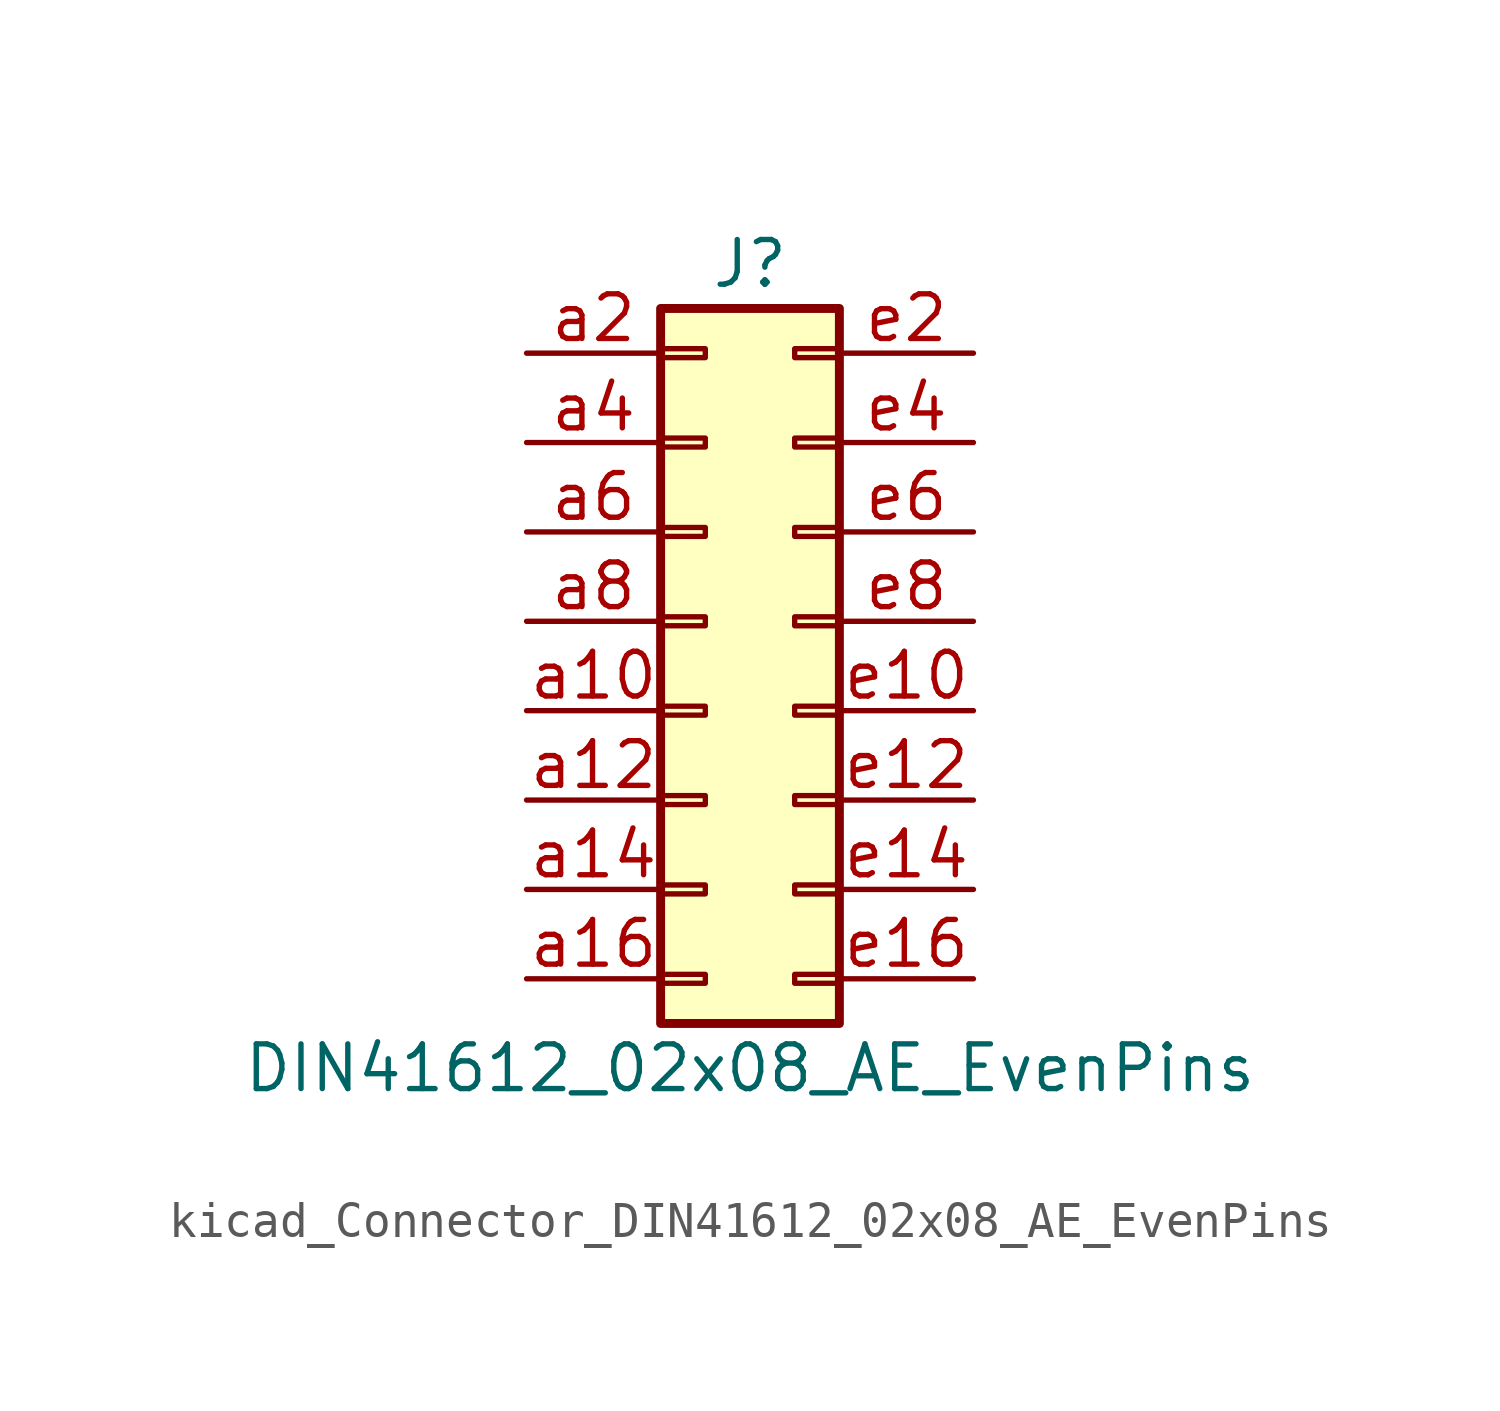
<source format=kicad_sym>
(kicad_symbol_lib
  (version 20220914)
  (generator kicad_symbol_editor)
  (symbol "kicad_Connector_DIN41612_02x08_AE_EvenPins"
    (pin_names
      (offset 1.016) hide)
    (property "Reference" "J"
      (at 1.27 10.16 0)
      (effects (font (size 1.27 1.27))))
    (property "Value" "DIN41612_02x08_AE_EvenPins"
      (at 1.27 -12.7 0)
      (effects (font (size 1.27 1.27))))
    (symbol "kicad_Connector_DIN41612_02x08_AE_EvenPins_1_1"
      (rectangle (start -1.27 -10.033) (end 0 -10.287) (stroke (width 0.152) (type default)) (fill (type none)))
      (rectangle (start -1.27 -7.493) (end 0 -7.747) (stroke (width 0.152) (type default)) (fill (type none)))
      (rectangle (start -1.27 -4.953) (end 0 -5.207) (stroke (width 0.152) (type default)) (fill (type none)))
      (rectangle (start -1.27 -2.413) (end 0 -2.667) (stroke (width 0.152) (type default)) (fill (type none)))
      (rectangle (start -1.27 0.127) (end 0 -0.127) (stroke (width 0.152) (type default)) (fill (type none)))
      (rectangle (start -1.27 2.667) (end 0 2.413) (stroke (width 0.152) (type default)) (fill (type none)))
      (rectangle (start -1.27 5.207) (end 0 4.953) (stroke (width 0.152) (type default)) (fill (type none)))
      (rectangle (start -1.27 7.747) (end 0 7.493) (stroke (width 0.152) (type default)) (fill (type none)))
      (rectangle (start -1.27 8.89) (end 3.81 -11.43) (stroke (width 0.254) (type default)) (fill (type background)))
      (rectangle (start 3.81 -10.033) (end 2.54 -10.287) (stroke (width 0.152) (type default)) (fill (type none)))
      (rectangle (start 3.81 -7.493) (end 2.54 -7.747) (stroke (width 0.152) (type default)) (fill (type none)))
      (rectangle (start 3.81 -4.953) (end 2.54 -5.207) (stroke (width 0.152) (type default)) (fill (type none)))
      (rectangle (start 3.81 -2.413) (end 2.54 -2.667) (stroke (width 0.152) (type default)) (fill (type none)))
      (rectangle (start 3.81 0.127) (end 2.54 -0.127) (stroke (width 0.152) (type default)) (fill (type none)))
      (rectangle (start 3.81 2.667) (end 2.54 2.413) (stroke (width 0.152) (type default)) (fill (type none)))
      (rectangle (start 3.81 5.207) (end 2.54 4.953) (stroke (width 0.152) (type default)) (fill (type none)))
      (rectangle (start 3.81 7.747) (end 2.54 7.493) (stroke (width 0.152) (type default)) (fill (type none)))
      (pin passive line (at -5.08 -2.54 0) (length 3.81) (name "Pin_a10" (effects (font (size 1.27 1.27)))) (number "a10" (effects (font (size 1.27 1.27)))))
      (pin passive line (at -5.08 -5.08 0) (length 3.81) (name "Pin_a12" (effects (font (size 1.27 1.27)))) (number "a12" (effects (font (size 1.27 1.27)))))
      (pin passive line (at -5.08 -7.62 0) (length 3.81) (name "Pin_a14" (effects (font (size 1.27 1.27)))) (number "a14" (effects (font (size 1.27 1.27)))))
      (pin passive line (at -5.08 -10.16 0) (length 3.81) (name "Pin_a16" (effects (font (size 1.27 1.27)))) (number "a16" (effects (font (size 1.27 1.27)))))
      (pin passive line (at -5.08 7.62 0) (length 3.81) (name "Pin_a2" (effects (font (size 1.27 1.27)))) (number "a2" (effects (font (size 1.27 1.27)))))
      (pin passive line (at -5.08 5.08 0) (length 3.81) (name "Pin_a4" (effects (font (size 1.27 1.27)))) (number "a4" (effects (font (size 1.27 1.27)))))
      (pin passive line (at -5.08 2.54 0) (length 3.81) (name "Pin_a6" (effects (font (size 1.27 1.27)))) (number "a6" (effects (font (size 1.27 1.27)))))
      (pin passive line (at -5.08 0 0) (length 3.81) (name "Pin_a8" (effects (font (size 1.27 1.27)))) (number "a8" (effects (font (size 1.27 1.27)))))
      (pin passive line (at 7.62 -2.54 180) (length 3.81) (name "Pin_e10" (effects (font (size 1.27 1.27)))) (number "e10" (effects (font (size 1.27 1.27)))))
      (pin passive line (at 7.62 -5.08 180) (length 3.81) (name "Pin_e12" (effects (font (size 1.27 1.27)))) (number "e12" (effects (font (size 1.27 1.27)))))
      (pin passive line (at 7.62 -7.62 180) (length 3.81) (name "Pin_e14" (effects (font (size 1.27 1.27)))) (number "e14" (effects (font (size 1.27 1.27)))))
      (pin passive line (at 7.62 -10.16 180) (length 3.81) (name "Pin_e16" (effects (font (size 1.27 1.27)))) (number "e16" (effects (font (size 1.27 1.27)))))
      (pin passive line (at 7.62 7.62 180) (length 3.81) (name "Pin_e2" (effects (font (size 1.27 1.27)))) (number "e2" (effects (font (size 1.27 1.27)))))
      (pin passive line (at 7.62 5.08 180) (length 3.81) (name "Pin_e4" (effects (font (size 1.27 1.27)))) (number "e4" (effects (font (size 1.27 1.27)))))
      (pin passive line (at 7.62 2.54 180) (length 3.81) (name "Pin_e6" (effects (font (size 1.27 1.27)))) (number "e6" (effects (font (size 1.27 1.27)))))
      (pin passive line (at 7.62 0 180) (length 3.81) (name "Pin_e8" (effects (font (size 1.27 1.27)))) (number "e8" (effects (font (size 1.27 1.27))))))))
</source>
